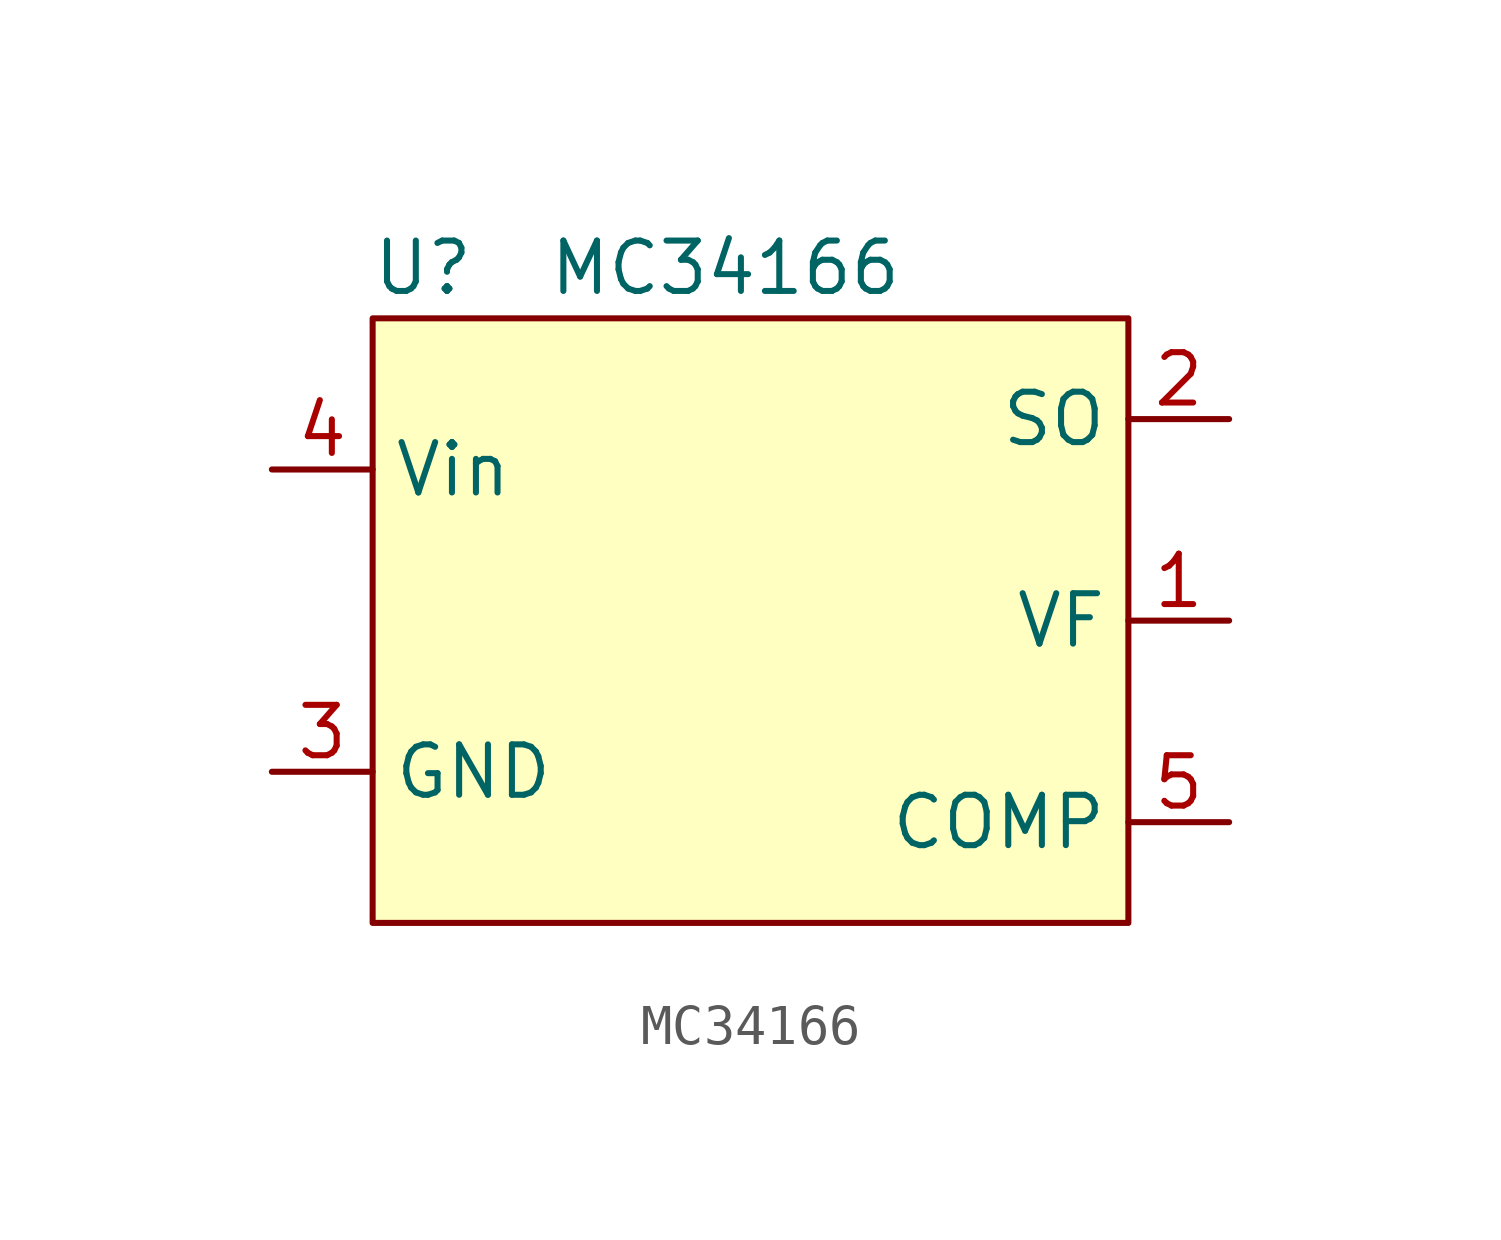
<source format=kicad_sym>
(kicad_symbol_lib
  (version 20211014)
  (generator kicad_symbol_editor)
  (symbol "MC34166"
    (property "Reference" "U"
      (at -7.62 8.89 0)
      (effects (font (size 1.27 1.27))))
    (property "Value" "MC34166"
      (at 0 8.89 0)
      (effects (font (size 1.27 1.27))))
    (symbol "MC34166_0_1"
      (rectangle (start -8.89 7.62) (end 10.16 -7.62) (stroke (width 0) (type default) (color 0 0 0 0)) (fill (type background))))
    (symbol "MC34166_1_1"
      (pin input line (at 12.7 0 180) (length 2.54) (name "VF" (effects (font (size 1.27 1.27)))) (number "1" (effects (font (size 1.27 1.27)))))
      (pin output line (at 12.7 5.08 180) (length 2.54) (name "SO" (effects (font (size 1.27 1.27)))) (number "2" (effects (font (size 1.27 1.27)))))
      (pin power_in line (at -11.43 -3.81 0) (length 2.54) (name "GND" (effects (font (size 1.27 1.27)))) (number "3" (effects (font (size 1.27 1.27)))))
      (pin power_in line (at -11.43 3.81 0) (length 2.54) (name "Vin" (effects (font (size 1.27 1.27)))) (number "4" (effects (font (size 1.27 1.27)))))
      (pin input line (at 12.7 -5.08 180) (length 2.54) (name "COMP" (effects (font (size 1.27 1.27)))) (number "5" (effects (font (size 1.27 1.27))))))))
</source>
